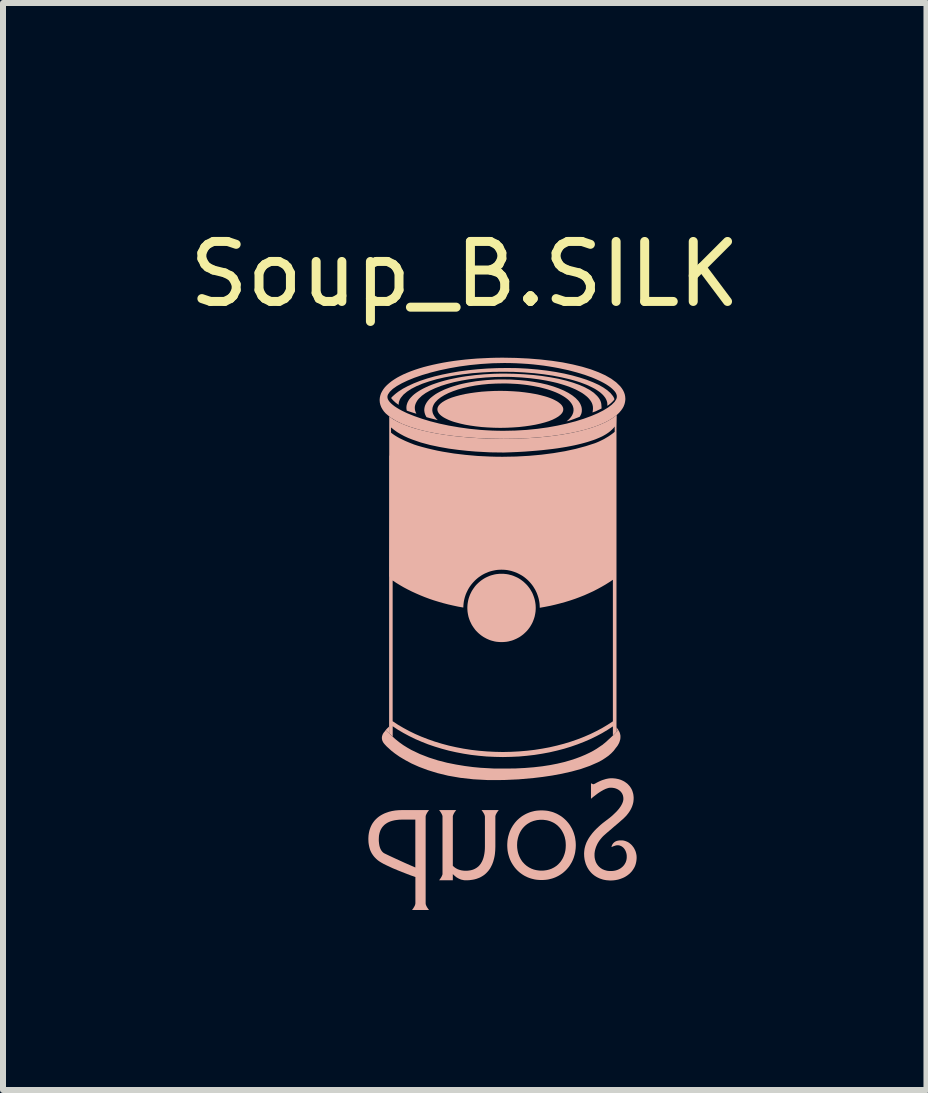
<source format=kicad_pcb>
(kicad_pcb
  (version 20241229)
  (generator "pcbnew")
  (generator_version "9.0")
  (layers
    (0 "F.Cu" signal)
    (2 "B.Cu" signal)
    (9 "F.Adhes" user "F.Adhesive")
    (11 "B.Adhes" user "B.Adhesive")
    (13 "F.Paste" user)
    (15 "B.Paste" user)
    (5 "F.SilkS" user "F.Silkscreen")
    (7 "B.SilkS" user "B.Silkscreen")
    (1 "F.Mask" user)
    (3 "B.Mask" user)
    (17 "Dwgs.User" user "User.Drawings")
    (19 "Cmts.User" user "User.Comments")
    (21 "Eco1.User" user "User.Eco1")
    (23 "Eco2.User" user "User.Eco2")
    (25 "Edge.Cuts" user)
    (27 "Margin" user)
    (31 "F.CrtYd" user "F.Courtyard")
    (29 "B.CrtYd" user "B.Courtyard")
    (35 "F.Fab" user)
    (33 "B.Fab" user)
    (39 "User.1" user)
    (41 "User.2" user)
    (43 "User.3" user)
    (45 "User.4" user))
  (footprint "Soup_B.SILK"
    (layer "F.Cu")
    (at 4.696 0.25)
    (property "Reference" "Soup_B.SILK" (at 0 1.27 0) (unlocked yes) (layer "F.SilkS") (effects (font (size 1 1) (thickness 0.15))))
    (fp_poly (pts (xy -1.32 8.872) (xy -1.321 8.875) (xy -1.324 8.88) (xy -1.331 8.89) (xy -1.329 8.887) (xy -1.327 8.885) (xy -1.326 8.883) (xy -1.324 8.88) (xy -1.317 8.871) (xy -1.318 8.87)) (stroke (width 0) (type solid)) (fill yes) (layer "B.SilkS"))
    (fp_poly (pts (xy -1.266 8.817) (xy -1.273 8.823) (xy -1.279 8.829) (xy -1.287 8.836) (xy -1.294 8.844) (xy -1.302 8.852) (xy -1.306 8.856) (xy -1.31 8.861) (xy -1.313 8.866) (xy -1.317 8.871) (xy -1.3 8.887) (xy -1.283 8.903) (xy -1.249 8.934) (xy -1.252 8.932) (xy -1.254 8.929) (xy -1.257 8.926) (xy -1.26 8.924) (xy -1.26 8.812)) (stroke (width 0) (type solid)) (fill yes) (layer "B.SilkS"))
    (fp_poly (pts (xy 2.529 8.901) (xy 2.561 8.867) (xy 2.56 8.866) (xy 2.56 8.865) (xy 2.558 8.863) (xy 2.558 8.862) (xy 2.557 8.861) (xy 2.557 8.86) (xy 2.556 8.859) (xy 2.554 8.856) (xy 2.551 8.853) (xy 2.548 8.848) (xy 2.544 8.843) (xy 2.54 8.836) (xy 2.537 8.833) (xy 2.535 8.83) (xy 2.532 8.826) (xy 2.529 8.823)) (stroke (width 0) (type solid)) (fill yes) (layer "B.SilkS"))
    (fp_poly (pts (xy 0.487 3.217) (xy 0.382 3.222) (xy 0.282 3.229) (xy 0.186 3.24) (xy 0.094 3.253) (xy 0.007 3.268) (xy -0.073 3.286) (xy -0.148 3.306) (xy -0.216 3.327) (xy -0.276 3.351) (xy -0.329 3.377) (xy -0.373 3.404) (xy -0.408 3.432) (xy -0.434 3.461) (xy -0.443 3.477) (xy -0.45 3.492) (xy -0.454 3.508) (xy -0.455 3.524) (xy -0.454 3.539) (xy -0.45 3.555) (xy -0.443 3.57) (xy -0.434 3.586) (xy -0.422 3.601) (xy -0.408 3.615) (xy -0.392 3.629) (xy -0.373 3.643) (xy -0.352 3.657) (xy -0.329 3.67) (xy -0.303 3.683) (xy -0.276 3.696) (xy -0.247 3.708) (xy -0.216 3.72) (xy -0.183 3.731) (xy -0.148 3.741) (xy -0.073 3.761) (xy 0.007 3.779) (xy 0.094 3.794) (xy 0.186 3.807) (xy 0.282 3.818) (xy 0.382 3.825) (xy 0.487 3.83) (xy 0.594 3.832) (xy 0.701 3.83) (xy 0.805 3.825) (xy 0.906 3.818) (xy 1.002 3.807) (xy 1.094 3.794) (xy 1.18 3.779) (xy 1.261 3.761) (xy 1.336 3.741) (xy 1.403 3.72) (xy 1.464 3.696) (xy 1.516 3.67) (xy 1.561 3.643) (xy 1.596 3.615) (xy 1.622 3.586) (xy 1.631 3.57) (xy 1.638 3.555) (xy 1.642 3.539) (xy 1.643 3.524) (xy 1.642 3.508) (xy 1.638 3.492) (xy 1.631 3.477) (xy 1.622 3.461) (xy 1.61 3.446) (xy 1.596 3.432) (xy 1.579 3.418) (xy 1.561 3.404) (xy 1.54 3.39) (xy 1.516 3.377) (xy 1.491 3.364) (xy 1.464 3.351) (xy 1.435 3.339) (xy 1.403 3.327) (xy 1.37 3.316) (xy 1.336 3.306) (xy 1.261 3.286) (xy 1.18 3.268) (xy 1.094 3.253) (xy 1.002 3.24) (xy 0.906 3.229) (xy 0.805 3.222) (xy 0.701 3.217) (xy 0.594 3.215)) (stroke (width 0) (type solid)) (fill yes) (layer "B.SilkS"))
    (fp_poly (pts (xy 0.539 2.836) (xy 0.374 2.843) (xy 0.213 2.855) (xy 0.057 2.871) (xy -0.093 2.891) (xy -0.237 2.916) (xy -0.375 2.944) (xy -0.506 2.975) (xy -0.628 3.01) (xy -0.743 3.048) (xy -0.849 3.09) (xy -0.945 3.134) (xy -1.032 3.18) (xy -1.108 3.229) (xy -1.142 3.255) (xy -1.173 3.281) (xy -1.202 3.307) (xy -1.227 3.334) (xy -1.221 3.341) (xy -1.215 3.349) (xy -1.209 3.356) (xy -1.202 3.363) (xy -1.196 3.371) (xy -1.188 3.378) (xy -1.181 3.385) (xy -1.173 3.392) (xy -1.165 3.4) (xy -1.157 3.407) (xy -1.148 3.414) (xy -1.139 3.421) (xy -1.13 3.428) (xy -1.12 3.435) (xy -1.1 3.449) (xy -1.1 3.448) (xy -1.101 3.447) (xy -1.101 3.446) (xy -1.101 3.445) (xy -1.101 3.444) (xy -1.101 3.443) (xy -1.101 3.443) (xy -1.099 3.414) (xy -1.092 3.387) (xy -1.081 3.359) (xy -1.066 3.333) (xy -1.023 3.28) (xy -0.964 3.23) (xy -0.891 3.182) (xy -0.803 3.137) (xy -0.703 3.095) (xy -0.591 3.057) (xy -0.467 3.021) (xy -0.333 2.99) (xy -0.189 2.963) (xy -0.037 2.94) (xy 0.123 2.921) (xy 0.29 2.908) (xy 0.463 2.899) (xy 0.641 2.897) (xy 0.819 2.899) (xy 0.992 2.908) (xy 1.159 2.921) (xy 1.318 2.939) (xy 1.47 2.962) (xy 1.613 2.99) (xy 1.747 3.021) (xy 1.81 3.038) (xy 1.87 3.056) (xy 1.928 3.075) (xy 1.982 3.095) (xy 2.034 3.115) (xy 2.082 3.137) (xy 2.127 3.159) (xy 2.169 3.181) (xy 2.207 3.205) (xy 2.242 3.229) (xy 2.273 3.254) (xy 2.3 3.279) (xy 2.323 3.305) (xy 2.343 3.331) (xy 2.358 3.358) (xy 2.369 3.386) (xy 2.376 3.413) (xy 2.378 3.441) (xy 2.378 3.448) (xy 2.378 3.453) (xy 2.378 3.456) (xy 2.378 3.459) (xy 2.378 3.462) (xy 2.378 3.465) (xy 2.388 3.458) (xy 2.399 3.451) (xy 2.409 3.443) (xy 2.42 3.434) (xy 2.43 3.426) (xy 2.44 3.417) (xy 2.45 3.408) (xy 2.459 3.399) (xy 2.467 3.391) (xy 2.475 3.383) (xy 2.481 3.375) (xy 2.487 3.369) (xy 2.491 3.363) (xy 2.492 3.36) (xy 2.494 3.358) (xy 2.495 3.356) (xy 2.495 3.354) (xy 2.495 3.352) (xy 2.495 3.351) (xy 2.485 3.326) (xy 2.471 3.302) (xy 2.431 3.253) (xy 2.377 3.205) (xy 2.309 3.158) (xy 2.229 3.113) (xy 2.136 3.071) (xy 2.032 3.03) (xy 1.917 2.993) (xy 1.792 2.958) (xy 1.659 2.927) (xy 1.516 2.9) (xy 1.367 2.877) (xy 1.21 2.859) (xy 1.048 2.845) (xy 0.88 2.836) (xy 0.708 2.834)) (stroke (width 0) (type solid)) (fill yes) (layer "B.SilkS"))
    (fp_poly (pts (xy 0.585 6.264) (xy 0.556 6.267) (xy 0.527 6.27) (xy 0.499 6.275) (xy 0.472 6.282) (xy 0.445 6.289) (xy 0.418 6.298) (xy 0.392 6.309) (xy 0.367 6.32) (xy 0.343 6.332) (xy 0.319 6.346) (xy 0.296 6.361) (xy 0.273 6.377) (xy 0.252 6.394) (xy 0.231 6.412) (xy 0.211 6.431) (xy 0.192 6.45) (xy 0.174 6.471) (xy 0.158 6.493) (xy 0.142 6.515) (xy 0.127 6.538) (xy 0.113 6.562) (xy 0.101 6.586) (xy 0.089 6.612) (xy 0.079 6.638) (xy 0.07 6.664) (xy 0.062 6.691) (xy 0.056 6.719) (xy 0.051 6.747) (xy 0.047 6.775) (xy 0.045 6.804) (xy 0.044 6.833) (xy 0.045 6.863) (xy 0.047 6.892) (xy 0.051 6.92) (xy 0.056 6.948) (xy 0.062 6.976) (xy 0.07 7.003) (xy 0.079 7.029) (xy 0.089 7.055) (xy 0.101 7.08) (xy 0.113 7.105) (xy 0.127 7.129) (xy 0.142 7.152) (xy 0.158 7.174) (xy 0.174 7.196) (xy 0.192 7.217) (xy 0.211 7.236) (xy 0.231 7.255) (xy 0.252 7.273) (xy 0.273 7.29) (xy 0.296 7.306) (xy 0.319 7.321) (xy 0.343 7.334) (xy 0.367 7.347) (xy 0.392 7.358) (xy 0.418 7.369) (xy 0.445 7.378) (xy 0.472 7.385) (xy 0.499 7.392) (xy 0.527 7.397) (xy 0.556 7.4) (xy 0.585 7.402) (xy 0.614 7.403) (xy 0.643 7.402) (xy 0.672 7.4) (xy 0.701 7.397) (xy 0.729 7.392) (xy 0.756 7.385) (xy 0.784 7.378) (xy 0.81 7.369) (xy 0.836 7.358) (xy 0.861 7.347) (xy 0.886 7.334) (xy 0.91 7.321) (xy 0.933 7.306) (xy 0.955 7.29) (xy 0.977 7.273) (xy 0.997 7.255) (xy 1.017 7.236) (xy 1.036 7.217) (xy 1.054 7.196) (xy 1.071 7.174) (xy 1.087 7.152) (xy 1.101 7.129) (xy 1.115 7.105) (xy 1.128 7.08) (xy 1.139 7.055) (xy 1.149 7.029) (xy 1.158 7.003) (xy 1.166 6.976) (xy 1.172 6.948) (xy 1.177 6.92) (xy 1.181 6.892) (xy 1.183 6.863) (xy 1.184 6.833) (xy 1.183 6.804) (xy 1.181 6.775) (xy 1.177 6.747) (xy 1.172 6.719) (xy 1.166 6.691) (xy 1.158 6.664) (xy 1.149 6.638) (xy 1.139 6.612) (xy 1.128 6.586) (xy 1.115 6.562) (xy 1.101 6.538) (xy 1.087 6.515) (xy 1.071 6.493) (xy 1.054 6.471) (xy 1.036 6.45) (xy 1.017 6.431) (xy 0.997 6.412) (xy 0.977 6.394) (xy 0.955 6.377) (xy 0.933 6.361) (xy 0.91 6.346) (xy 0.886 6.332) (xy 0.861 6.32) (xy 0.836 6.309) (xy 0.81 6.298) (xy 0.784 6.289) (xy 0.756 6.282) (xy 0.729 6.275) (xy 0.701 6.27) (xy 0.672 6.267) (xy 0.643 6.264) (xy 0.614 6.264)) (stroke (width 0) (type solid)) (fill yes) (layer "B.SilkS"))
    (fp_poly (pts (xy 2.54 8.89) (xy 2.518 8.912) (xy 2.496 8.935) (xy 2.474 8.957) (xy 2.451 8.978) (xy 2.429 8.999) (xy 2.387 9.037) (xy 2.379 9.045) (xy 2.371 9.052) (xy 2.363 9.06) (xy 2.354 9.068) (xy 2.344 9.076) (xy 2.334 9.085) (xy 2.323 9.093) (xy 2.312 9.102) (xy 2.308 9.106) (xy 2.304 9.109) (xy 2.301 9.112) (xy 2.298 9.114) (xy 2.296 9.116) (xy 2.294 9.117) (xy 2.293 9.118) (xy 2.292 9.118) (xy 2.199 9.181) (xy 2.144 9.214) (xy 2.081 9.247) (xy 2.011 9.28) (xy 1.933 9.313) (xy 1.847 9.345) (xy 1.754 9.375) (xy 1.652 9.404) (xy 1.541 9.43) (xy 1.422 9.453) (xy 1.293 9.473) (xy 1.154 9.489) (xy 1.006 9.501) (xy 0.848 9.509) (xy 0.679 9.511) (xy 0.482 9.51) (xy 0.266 9.498) (xy 0.138 9.486) (xy 0.001 9.468) (xy -0.144 9.444) (xy -0.294 9.414) (xy -0.446 9.375) (xy -0.597 9.327) (xy -0.746 9.269) (xy -0.889 9.201) (xy -0.957 9.162) (xy -1.023 9.121) (xy -1.086 9.076) (xy -1.146 9.028) (xy -1.146 9.028) (xy -1.147 9.028) (xy -1.147 9.028) (xy -1.148 9.027) (xy -1.149 9.026) (xy -1.149 9.025) (xy -1.151 9.024) (xy -1.152 9.023) (xy -1.168 9.009) (xy -1.176 9.002) (xy -1.184 8.994) (xy -1.192 8.987) (xy -1.2 8.979) (xy -1.208 8.972) (xy -1.216 8.964) (xy -1.216 8.964) (xy -1.217 8.963) (xy -1.217 8.963) (xy -1.217 8.963) (xy -1.218 8.962) (xy -1.218 8.962) (xy -1.242 8.94) (xy -1.267 8.917) (xy -1.318 8.87) (xy -1.324 8.88) (xy -1.328 8.885) (xy -1.329 8.887) (xy -1.331 8.89) (xy -1.336 8.895) (xy -1.347 8.908) (xy -1.354 8.918) (xy -1.361 8.929) (xy -1.368 8.943) (xy -1.373 8.957) (xy -1.376 8.965) (xy -1.378 8.973) (xy -1.379 8.982) (xy -1.38 8.991) (xy -1.381 9) (xy -1.38 9.009) (xy -1.379 9.019) (xy -1.377 9.029) (xy -1.375 9.039) (xy -1.371 9.049) (xy -1.366 9.06) (xy -1.361 9.071) (xy -1.354 9.081) (xy -1.346 9.092) (xy -1.337 9.103) (xy -1.326 9.115) (xy -1.301 9.142) (xy -1.223 9.213) (xy -1.163 9.26) (xy -1.087 9.313) (xy -0.995 9.368) (xy -0.887 9.426) (xy -0.762 9.482) (xy -0.618 9.536) (xy -0.457 9.586) (xy -0.276 9.63) (xy -0.075 9.665) (xy 0.147 9.69) (xy 0.389 9.703) (xy 0.653 9.702) (xy 0.897 9.691) (xy 1.154 9.668) (xy 1.303 9.65) (xy 1.459 9.627) (xy 1.62 9.597) (xy 1.78 9.561) (xy 1.937 9.518) (xy 2.085 9.466) (xy 2.222 9.406) (xy 2.284 9.373) (xy 2.342 9.336) (xy 2.396 9.298) (xy 2.443 9.257) (xy 2.485 9.213) (xy 2.52 9.166) (xy 2.526 9.159) (xy 2.54 9.141) (xy 2.55 9.127) (xy 2.559 9.111) (xy 2.569 9.093) (xy 2.578 9.073) (xy 2.585 9.051) (xy 2.592 9.028) (xy 2.594 9.016) (xy 2.595 9.004) (xy 2.596 8.991) (xy 2.596 8.978) (xy 2.596 8.964) (xy 2.594 8.951) (xy 2.591 8.937) (xy 2.588 8.924) (xy 2.583 8.91) (xy 2.577 8.896) (xy 2.569 8.882) (xy 2.561 8.868)) (stroke (width 0) (type solid)) (fill yes) (layer "B.SilkS"))
    (fp_poly (pts (xy 0.571 2.928) (xy 0.489 2.93) (xy 0.327 2.939) (xy 0.171 2.953) (xy 0.022 2.972) (xy -0.05 2.983) (xy -0.12 2.996) (xy -0.189 3.01) (xy -0.255 3.024) (xy -0.318 3.04) (xy -0.38 3.057) (xy -0.439 3.075) (xy -0.495 3.094) (xy -0.549 3.113) (xy -0.6 3.134) (xy -0.649 3.156) (xy -0.694 3.178) (xy -0.736 3.201) (xy -0.775 3.225) (xy -0.811 3.249) (xy -0.844 3.274) (xy -0.873 3.3) (xy -0.899 3.327) (xy -0.921 3.353) (xy -0.939 3.381) (xy -0.953 3.409) (xy -0.963 3.437) (xy -0.97 3.466) (xy -0.972 3.496) (xy -0.972 3.502) (xy -0.971 3.508) (xy -0.971 3.514) (xy -0.97 3.52) (xy -0.969 3.527) (xy -0.968 3.533) (xy -0.967 3.539) (xy -0.965 3.545) (xy -0.927 3.558) (xy -0.888 3.571) (xy -0.847 3.584) (xy -0.805 3.596) (xy -0.808 3.59) (xy -0.811 3.584) (xy -0.814 3.578) (xy -0.816 3.572) (xy -0.819 3.566) (xy -0.821 3.56) (xy -0.823 3.554) (xy -0.825 3.548) (xy -0.826 3.542) (xy -0.828 3.536) (xy -0.829 3.53) (xy -0.83 3.523) (xy -0.831 3.517) (xy -0.831 3.511) (xy -0.831 3.505) (xy -0.832 3.499) (xy -0.83 3.472) (xy -0.824 3.446) (xy -0.814 3.42) (xy -0.801 3.395) (xy -0.785 3.369) (xy -0.765 3.345) (xy -0.715 3.297) (xy -0.652 3.252) (xy -0.578 3.21) (xy -0.492 3.17) (xy -0.397 3.133) (xy -0.291 3.1) (xy -0.177 3.07) (xy -0.054 3.044) (xy 0.075 3.022) (xy 0.212 3.005) (xy 0.354 2.992) (xy 0.501 2.984) (xy 0.653 2.982) (xy 0.73 2.982) (xy 0.805 2.984) (xy 0.952 2.992) (xy 1.095 3.005) (xy 1.231 3.022) (xy 1.297 3.033) (xy 1.361 3.044) (xy 1.423 3.057) (xy 1.483 3.07) (xy 1.542 3.084) (xy 1.598 3.1) (xy 1.651 3.116) (xy 1.703 3.133) (xy 1.752 3.151) (xy 1.799 3.17) (xy 1.843 3.189) (xy 1.884 3.21) (xy 1.923 3.231) (xy 1.959 3.252) (xy 1.992 3.275) (xy 2.021 3.298) (xy 2.048 3.321) (xy 2.071 3.345) (xy 2.091 3.37) (xy 2.108 3.395) (xy 2.121 3.42) (xy 2.13 3.446) (xy 2.136 3.472) (xy 2.138 3.499) (xy 2.138 3.513) (xy 2.138 3.518) (xy 2.137 3.524) (xy 2.137 3.528) (xy 2.137 3.532) (xy 2.137 3.536) (xy 2.136 3.54) (xy 2.135 3.546) (xy 2.134 3.554) (xy 2.132 3.563) (xy 2.13 3.575) (xy 2.142 3.571) (xy 2.153 3.567) (xy 2.163 3.563) (xy 2.173 3.56) (xy 2.183 3.556) (xy 2.192 3.552) (xy 2.21 3.543) (xy 2.244 3.527) (xy 2.262 3.518) (xy 2.271 3.514) (xy 2.28 3.51) (xy 2.281 3.509) (xy 2.281 3.507) (xy 2.281 3.504) (xy 2.281 3.502) (xy 2.281 3.496) (xy 2.281 3.49) (xy 2.28 3.476) (xy 2.28 3.47) (xy 2.279 3.464) (xy 2.277 3.434) (xy 2.271 3.406) (xy 2.261 3.378) (xy 2.246 3.35) (xy 2.228 3.324) (xy 2.206 3.298) (xy 2.152 3.247) (xy 2.084 3.2) (xy 2.002 3.156) (xy 1.909 3.115) (xy 1.804 3.078) (xy 1.689 3.044) (xy 1.564 3.014) (xy 1.43 2.989) (xy 1.288 2.967) (xy 1.139 2.95) (xy 0.983 2.938) (xy 0.821 2.93) (xy 0.655 2.927)) (stroke (width 0) (type solid)) (fill yes) (layer "B.SilkS"))
    (fp_poly (pts (xy -1.105 10.205) (xy -1.16 10.21) (xy -1.213 10.219) (xy -1.264 10.232) (xy -1.313 10.249) (xy -1.336 10.258) (xy -1.359 10.269) (xy -1.38 10.28) (xy -1.402 10.293) (xy -1.422 10.306) (xy -1.441 10.32) (xy -1.46 10.336) (xy -1.477 10.352) (xy -1.494 10.369) (xy -1.51 10.388) (xy -1.524 10.407) (xy -1.538 10.427) (xy -1.55 10.448) (xy -1.561 10.47) (xy -1.571 10.493) (xy -1.58 10.518) (xy -1.588 10.543) (xy -1.594 10.569) (xy -1.599 10.596) (xy -1.603 10.624) (xy -1.605 10.654) (xy -1.606 10.684) (xy -1.605 10.711) (xy -1.604 10.738) (xy -1.601 10.763) (xy -1.597 10.788) (xy -1.592 10.812) (xy -1.586 10.836) (xy -1.579 10.859) (xy -1.571 10.881) (xy -1.561 10.902) (xy -1.55 10.923) (xy -1.537 10.943) (xy -1.523 10.963) (xy -1.508 10.982) (xy -1.491 11) (xy -1.473 11.018) (xy -1.453 11.036) (xy -1.426 11.056) (xy -1.391 11.078) (xy -1.35 11.101) (xy -1.303 11.124) (xy -1.2 11.172) (xy -1.092 11.217) (xy -0.99 11.257) (xy -0.904 11.29) (xy -0.822 11.319) (xy -0.822 11.757) (xy -0.823 11.761) (xy -0.823 11.766) (xy -0.824 11.77) (xy -0.825 11.775) (xy -0.828 11.784) (xy -0.831 11.794) (xy -0.836 11.803) (xy -0.84 11.812) (xy -0.846 11.821) (xy -0.851 11.83) (xy -0.856 11.838) (xy -0.861 11.845) (xy -0.87 11.858) (xy -0.879 11.869) (xy -0.594 11.869) (xy -0.594 11.869) (xy -0.603 11.858) (xy -0.608 11.852) (xy -0.612 11.845) (xy -0.617 11.838) (xy -0.623 11.83) (xy -0.628 11.821) (xy -0.633 11.812) (xy -0.638 11.803) (xy -0.64 11.798) (xy -0.642 11.794) (xy -0.644 11.789) (xy -0.646 11.784) (xy -0.647 11.779) (xy -0.649 11.775) (xy -0.65 11.77) (xy -0.65 11.766) (xy -0.651 11.761) (xy -0.651 11.757) (xy -0.651 10.362) (xy -0.823 10.362) (xy -0.823 11.16) (xy -1.001 11.082) (xy -1.167 11.006) (xy -1.253 10.966) (xy -1.334 10.927) (xy -1.341 10.923) (xy -1.348 10.919) (xy -1.354 10.915) (xy -1.36 10.91) (xy -1.365 10.905) (xy -1.371 10.9) (xy -1.376 10.894) (xy -1.381 10.888) (xy -1.385 10.882) (xy -1.39 10.876) (xy -1.394 10.869) (xy -1.398 10.862) (xy -1.401 10.855) (xy -1.405 10.848) (xy -1.408 10.84) (xy -1.411 10.833) (xy -1.416 10.817) (xy -1.421 10.8) (xy -1.424 10.783) (xy -1.427 10.765) (xy -1.429 10.746) (xy -1.431 10.727) (xy -1.432 10.708) (xy -1.432 10.689) (xy -1.431 10.667) (xy -1.43 10.646) (xy -1.428 10.626) (xy -1.424 10.606) (xy -1.42 10.588) (xy -1.415 10.57) (xy -1.409 10.553) (xy -1.403 10.537) (xy -1.395 10.522) (xy -1.387 10.508) (xy -1.378 10.494) (xy -1.368 10.481) (xy -1.357 10.469) (xy -1.346 10.457) (xy -1.334 10.446) (xy -1.321 10.436) (xy -1.308 10.427) (xy -1.294 10.418) (xy -1.28 10.41) (xy -1.265 10.403) (xy -1.249 10.396) (xy -1.233 10.39) (xy -1.216 10.385) (xy -1.199 10.38) (xy -1.181 10.376) (xy -1.163 10.372) (xy -1.126 10.367) (xy -1.087 10.363) (xy -1.046 10.362) (xy -0.823 10.362) (xy -0.651 10.362) (xy -0.651 10.315) (xy -0.651 10.311) (xy -0.65 10.306) (xy -0.65 10.302) (xy -0.649 10.297) (xy -0.646 10.288) (xy -0.642 10.278) (xy -0.638 10.269) (xy -0.633 10.26) (xy -0.628 10.251) (xy -0.623 10.242) (xy -0.617 10.234) (xy -0.612 10.227) (xy -0.603 10.214) (xy -0.594 10.203) (xy -1.048 10.203)) (stroke (width 0) (type solid)) (fill yes) (layer "B.SilkS"))
    (fp_poly (pts (xy -0.418 10.214) (xy -0.413 10.22) (xy -0.409 10.226) (xy -0.404 10.234) (xy -0.398 10.242) (xy -0.393 10.251) (xy -0.388 10.26) (xy -0.383 10.269) (xy -0.381 10.273) (xy -0.379 10.278) (xy -0.377 10.283) (xy -0.375 10.288) (xy -0.373 10.292) (xy -0.372 10.297) (xy -0.371 10.302) (xy -0.37 10.306) (xy -0.37 10.31) (xy -0.37 10.315) (xy -0.37 11.262) (xy -0.37 11.266) (xy -0.37 11.27) (xy -0.371 11.274) (xy -0.372 11.279) (xy -0.375 11.288) (xy -0.379 11.297) (xy -0.383 11.307) (xy -0.388 11.316) (xy -0.393 11.325) (xy -0.398 11.334) (xy -0.409 11.349) (xy -0.418 11.362) (xy -0.427 11.373) (xy -0.198 11.373) (xy -0.198 11.269) (xy -0.187 11.281) (xy -0.175 11.292) (xy -0.163 11.303) (xy -0.15 11.313) (xy -0.138 11.323) (xy -0.124 11.331) (xy -0.111 11.339) (xy -0.097 11.346) (xy -0.083 11.352) (xy -0.069 11.358) (xy -0.055 11.363) (xy -0.04 11.366) (xy -0.026 11.369) (xy -0.011 11.372) (xy 0.003 11.373) (xy 0.018 11.373) (xy 0.05 11.373) (xy 0.081 11.371) (xy 0.111 11.367) (xy 0.139 11.363) (xy 0.167 11.357) (xy 0.193 11.35) (xy 0.218 11.341) (xy 0.242 11.332) (xy 0.265 11.321) (xy 0.286 11.309) (xy 0.307 11.296) (xy 0.327 11.282) (xy 0.345 11.267) (xy 0.363 11.25) (xy 0.379 11.233) (xy 0.395 11.215) (xy 0.409 11.196) (xy 0.423 11.176) (xy 0.435 11.155) (xy 0.446 11.133) (xy 0.457 11.111) (xy 0.466 11.087) (xy 0.475 11.063) (xy 0.482 11.038) (xy 0.489 11.012) (xy 0.495 10.986) (xy 0.5 10.959) (xy 0.504 10.931) (xy 0.509 10.874) (xy 0.511 10.814) (xy 0.511 10.314) (xy 0.511 10.31) (xy 0.511 10.306) (xy 0.512 10.301) (xy 0.513 10.297) (xy 0.516 10.287) (xy 0.519 10.278) (xy 0.524 10.269) (xy 0.529 10.259) (xy 0.534 10.25) (xy 0.539 10.242) (xy 0.545 10.234) (xy 0.55 10.226) (xy 0.559 10.214) (xy 0.568 10.203) (xy 0.28 10.203) (xy 0.289 10.214) (xy 0.293 10.22) (xy 0.298 10.226) (xy 0.303 10.234) (xy 0.308 10.242) (xy 0.314 10.251) (xy 0.319 10.26) (xy 0.324 10.269) (xy 0.326 10.273) (xy 0.328 10.278) (xy 0.33 10.283) (xy 0.332 10.288) (xy 0.333 10.292) (xy 0.334 10.297) (xy 0.335 10.302) (xy 0.336 10.306) (xy 0.337 10.31) (xy 0.337 10.315) (xy 0.337 10.812) (xy 0.336 10.852) (xy 0.333 10.891) (xy 0.328 10.929) (xy 0.321 10.965) (xy 0.312 11) (xy 0.3 11.034) (xy 0.293 11.049) (xy 0.286 11.065) (xy 0.277 11.079) (xy 0.269 11.094) (xy 0.259 11.107) (xy 0.249 11.12) (xy 0.238 11.132) (xy 0.226 11.144) (xy 0.213 11.154) (xy 0.2 11.164) (xy 0.185 11.173) (xy 0.17 11.182) (xy 0.154 11.189) (xy 0.138 11.196) (xy 0.12 11.201) (xy 0.102 11.206) (xy 0.082 11.209) (xy 0.062 11.212) (xy 0.04 11.214) (xy 0.018 11.214) (xy 0.001 11.214) (xy -0.016 11.213) (xy -0.032 11.211) (xy -0.047 11.209) (xy -0.063 11.206) (xy -0.077 11.202) (xy -0.091 11.198) (xy -0.105 11.193) (xy -0.118 11.188) (xy -0.131 11.181) (xy -0.143 11.175) (xy -0.155 11.167) (xy -0.167 11.159) (xy -0.178 11.15) (xy -0.188 11.141) (xy -0.198 11.131) (xy -0.198 10.315) (xy -0.198 10.31) (xy -0.198 10.306) (xy -0.197 10.301) (xy -0.196 10.297) (xy -0.193 10.288) (xy -0.189 10.278) (xy -0.185 10.269) (xy -0.18 10.259) (xy -0.175 10.25) (xy -0.17 10.242) (xy -0.165 10.234) (xy -0.159 10.226) (xy -0.15 10.214) (xy -0.141 10.203) (xy -0.427 10.203)) (stroke (width 0) (type solid)) (fill yes) (layer "B.SilkS"))
    (fp_poly (pts (xy 0.572 3.025) (xy 0.505 3.027) (xy 0.439 3.031) (xy 0.375 3.035) (xy 0.311 3.041) (xy 0.249 3.048) (xy 0.188 3.055) (xy 0.128 3.065) (xy 0.07 3.075) (xy 0.013 3.086) (xy -0.042 3.098) (xy -0.095 3.111) (xy -0.146 3.126) (xy -0.196 3.141) (xy -0.244 3.157) (xy -0.289 3.174) (xy -0.333 3.191) (xy -0.374 3.21) (xy -0.413 3.229) (xy -0.45 3.249) (xy -0.484 3.269) (xy -0.515 3.291) (xy -0.544 3.313) (xy -0.571 3.335) (xy -0.594 3.358) (xy -0.615 3.382) (xy -0.632 3.406) (xy -0.647 3.431) (xy -0.659 3.456) (xy -0.667 3.481) (xy -0.672 3.507) (xy -0.674 3.533) (xy -0.674 3.541) (xy -0.673 3.549) (xy -0.672 3.557) (xy -0.671 3.564) (xy -0.67 3.572) (xy -0.668 3.58) (xy -0.666 3.587) (xy -0.664 3.595) (xy -0.662 3.602) (xy -0.659 3.61) (xy -0.656 3.617) (xy -0.652 3.625) (xy -0.649 3.632) (xy -0.645 3.639) (xy -0.641 3.647) (xy -0.636 3.654) (xy -0.636 3.654) (xy -0.636 3.654) (xy -0.636 3.654) (xy -0.636 3.654) (xy -0.636 3.654) (xy -0.636 3.654) (xy -0.636 3.654) (xy -0.636 3.654) (xy -0.635 3.654) (xy -0.635 3.654) (xy -0.635 3.654) (xy -0.635 3.654) (xy -0.59 3.667) (xy -0.544 3.679) (xy -0.497 3.691) (xy -0.449 3.703) (xy -0.459 3.693) (xy -0.47 3.683) (xy -0.479 3.672) (xy -0.488 3.662) (xy -0.496 3.652) (xy -0.503 3.641) (xy -0.51 3.631) (xy -0.516 3.62) (xy -0.522 3.609) (xy -0.527 3.599) (xy -0.531 3.588) (xy -0.534 3.577) (xy -0.537 3.566) (xy -0.538 3.554) (xy -0.54 3.543) (xy -0.54 3.532) (xy -0.538 3.509) (xy -0.534 3.487) (xy -0.526 3.465) (xy -0.516 3.443) (xy -0.503 3.422) (xy -0.487 3.401) (xy -0.447 3.36) (xy -0.398 3.322) (xy -0.339 3.286) (xy -0.271 3.252) (xy -0.195 3.221) (xy -0.112 3.192) (xy -0.021 3.167) (xy 0.076 3.145) (xy 0.179 3.126) (xy 0.287 3.111) (xy 0.4 3.1) (xy 0.517 3.094) (xy 0.637 3.092) (xy 0.698 3.092) (xy 0.758 3.094) (xy 0.816 3.097) (xy 0.874 3.1) (xy 0.931 3.105) (xy 0.987 3.111) (xy 1.042 3.118) (xy 1.095 3.126) (xy 1.148 3.135) (xy 1.198 3.145) (xy 1.248 3.155) (xy 1.295 3.167) (xy 1.341 3.179) (xy 1.386 3.192) (xy 1.429 3.206) (xy 1.47 3.221) (xy 1.509 3.236) (xy 1.546 3.252) (xy 1.58 3.268) (xy 1.613 3.286) (xy 1.644 3.304) (xy 1.672 3.322) (xy 1.698 3.341) (xy 1.722 3.36) (xy 1.743 3.38) (xy 1.761 3.401) (xy 1.777 3.422) (xy 1.79 3.443) (xy 1.801 3.465) (xy 1.808 3.487) (xy 1.813 3.509) (xy 1.814 3.532) (xy 1.814 3.545) (xy 1.812 3.557) (xy 1.81 3.57) (xy 1.807 3.583) (xy 1.802 3.595) (xy 1.797 3.608) (xy 1.791 3.62) (xy 1.784 3.632) (xy 1.776 3.644) (xy 1.767 3.656) (xy 1.758 3.667) (xy 1.747 3.679) (xy 1.736 3.69) (xy 1.724 3.702) (xy 1.711 3.713) (xy 1.697 3.724) (xy 1.712 3.72) (xy 1.727 3.716) (xy 1.742 3.712) (xy 1.757 3.707) (xy 1.786 3.697) (xy 1.814 3.687) (xy 1.917 3.647) (xy 1.922 3.639) (xy 1.926 3.632) (xy 1.93 3.625) (xy 1.934 3.618) (xy 1.937 3.611) (xy 1.94 3.605) (xy 1.943 3.598) (xy 1.945 3.591) (xy 1.947 3.585) (xy 1.948 3.578) (xy 1.95 3.571) (xy 1.951 3.564) (xy 1.952 3.556) (xy 1.952 3.549) (xy 1.952 3.541) (xy 1.953 3.533) (xy 1.951 3.507) (xy 1.946 3.481) (xy 1.937 3.456) (xy 1.926 3.431) (xy 1.911 3.406) (xy 1.894 3.382) (xy 1.849 3.335) (xy 1.794 3.291) (xy 1.728 3.249) (xy 1.653 3.21) (xy 1.568 3.174) (xy 1.475 3.141) (xy 1.374 3.111) (xy 1.265 3.086) (xy 1.15 3.065) (xy 1.03 3.047) (xy 0.904 3.035) (xy 0.774 3.027) (xy 0.639 3.025)) (stroke (width 0) (type solid)) (fill yes) (layer "B.SilkS"))
    (fp_poly (pts (xy 0.527 2.663) (xy 0.42 2.666) (xy 0.211 2.676) (xy 0.11 2.684) (xy 0.011 2.693) (xy -0.085 2.704) (xy -0.179 2.716) (xy -0.271 2.73) (xy -0.359 2.745) (xy -0.445 2.762) (xy -0.529 2.78) (xy -0.609 2.799) (xy -0.686 2.819) (xy -0.76 2.841) (xy -0.83 2.864) (xy -0.897 2.888) (xy -0.961 2.914) (xy -1.021 2.94) (xy -1.077 2.968) (xy -1.129 2.996) (xy -1.177 3.026) (xy -1.221 3.056) (xy -1.261 3.088) (xy -1.297 3.12) (xy -1.329 3.153) (xy -1.355 3.187) (xy -1.377 3.222) (xy -1.395 3.257) (xy -1.407 3.293) (xy -1.415 3.33) (xy -1.418 3.367) (xy -1.415 3.409) (xy -1.406 3.448) (xy -1.391 3.487) (xy -1.371 3.523) (xy -1.346 3.559) (xy -1.315 3.593) (xy -1.239 3.657) (xy -1.145 3.715) (xy -1.035 3.769) (xy -0.909 3.816) (xy -0.77 3.859) (xy -0.619 3.896) (xy -0.457 3.928) (xy -0.286 3.955) (xy -0.108 3.976) (xy 0.077 3.993) (xy 0.265 4.005) (xy 0.457 4.012) (xy 0.649 4.015) (xy 0.857 4.012) (xy 1.059 4.003) (xy 1.254 3.989) (xy 1.44 3.969) (xy 1.618 3.944) (xy 1.785 3.914) (xy 1.864 3.897) (xy 1.941 3.879) (xy 2.014 3.86) (xy 2.084 3.839) (xy 2.155 3.816) (xy 2.221 3.792) (xy 2.283 3.766) (xy 2.341 3.74) (xy 2.394 3.712) (xy 2.419 3.698) (xy 2.443 3.683) (xy 2.465 3.669) (xy 2.487 3.654) (xy 2.507 3.639) (xy 2.527 3.623) (xy 2.545 3.608) (xy 2.562 3.592) (xy 2.578 3.576) (xy 2.592 3.559) (xy 2.606 3.543) (xy 2.618 3.526) (xy 2.63 3.509) (xy 2.64 3.492) (xy 2.649 3.475) (xy 2.656 3.457) (xy 2.663 3.439) (xy 2.668 3.421) (xy 2.672 3.403) (xy 2.675 3.385) (xy 2.677 3.366) (xy 2.678 3.348) (xy 2.675 3.311) (xy 2.675 3.309) (xy 2.536 3.309) (xy 2.534 3.331) (xy 2.527 3.353) (xy 2.498 3.399) (xy 2.451 3.446) (xy 2.388 3.494) (xy 2.309 3.542) (xy 2.214 3.59) (xy 2.105 3.636) (xy 1.984 3.68) (xy 1.85 3.722) (xy 1.704 3.76) (xy 1.549 3.794) (xy 1.384 3.824) (xy 1.21 3.848) (xy 1.03 3.866) (xy 0.842 3.877) (xy 0.65 3.881) (xy 0.552 3.88) (xy 0.455 3.877) (xy 0.359 3.872) (xy 0.265 3.866) (xy 0.081 3.848) (xy -0.096 3.823) (xy -0.265 3.794) (xy -0.425 3.76) (xy -0.575 3.722) (xy -0.713 3.68) (xy -0.839 3.636) (xy -0.952 3.591) (xy -1.003 3.567) (xy -1.05 3.544) (xy -1.094 3.52) (xy -1.133 3.496) (xy -1.168 3.473) (xy -1.199 3.449) (xy -1.226 3.426) (xy -1.248 3.403) (xy -1.265 3.381) (xy -1.278 3.359) (xy -1.286 3.337) (xy -1.288 3.316) (xy -1.286 3.296) (xy -1.278 3.274) (xy -1.248 3.23) (xy -1.199 3.183) (xy -1.132 3.136) (xy -1.049 3.089) (xy -0.95 3.042) (xy -0.837 2.996) (xy -0.71 2.952) (xy -0.571 2.911) (xy -0.421 2.873) (xy -0.26 2.839) (xy -0.09 2.809) (xy 0.088 2.785) (xy 0.273 2.767) (xy 0.464 2.755) (xy 0.66 2.751) (xy 0.759 2.752) (xy 0.857 2.755) (xy 0.953 2.76) (xy 1.048 2.766) (xy 1.14 2.774) (xy 1.23 2.784) (xy 1.319 2.795) (xy 1.405 2.808) (xy 1.488 2.822) (xy 1.569 2.837) (xy 1.724 2.87) (xy 1.868 2.908) (xy 2 2.948) (xy 2.061 2.97) (xy 2.119 2.991) (xy 2.174 3.014) (xy 2.225 3.037) (xy 2.273 3.06) (xy 2.317 3.083) (xy 2.357 3.106) (xy 2.394 3.13) (xy 2.426 3.153) (xy 2.455 3.177) (xy 2.479 3.2) (xy 2.5 3.223) (xy 2.516 3.245) (xy 2.527 3.267) (xy 2.534 3.289) (xy 2.536 3.309) (xy 2.675 3.309) (xy 2.668 3.274) (xy 2.656 3.239) (xy 2.639 3.204) (xy 2.617 3.17) (xy 2.591 3.137) (xy 2.525 3.073) (xy 2.443 3.013) (xy 2.344 2.956) (xy 2.229 2.904) (xy 2.101 2.856) (xy 1.958 2.813) (xy 1.802 2.775) (xy 1.634 2.741) (xy 1.454 2.714) (xy 1.263 2.692) (xy 1.063 2.676) (xy 0.854 2.666) (xy 0.636 2.662)) (stroke (width 0) (type solid)) (fill yes) (layer "B.SilkS"))
    (fp_poly (pts (xy 1.25 10.209) (xy 1.22 10.211) (xy 1.19 10.214) (xy 1.161 10.219) (xy 1.133 10.226) (xy 1.106 10.233) (xy 1.079 10.242) (xy 1.052 10.253) (xy 1.027 10.264) (xy 1.002 10.277) (xy 0.978 10.291) (xy 0.955 10.305) (xy 0.933 10.322) (xy 0.911 10.339) (xy 0.891 10.357) (xy 0.871 10.376) (xy 0.853 10.396) (xy 0.835 10.417) (xy 0.819 10.439) (xy 0.803 10.461) (xy 0.789 10.485) (xy 0.775 10.509) (xy 0.763 10.534) (xy 0.752 10.56) (xy 0.742 10.587) (xy 0.734 10.614) (xy 0.726 10.641) (xy 0.72 10.67) (xy 0.715 10.699) (xy 0.712 10.728) (xy 0.71 10.758) (xy 0.709 10.788) (xy 0.71 10.819) (xy 0.712 10.849) (xy 0.715 10.879) (xy 0.72 10.908) (xy 0.726 10.936) (xy 0.734 10.964) (xy 0.742 10.991) (xy 0.752 11.018) (xy 0.763 11.044) (xy 0.775 11.069) (xy 0.789 11.093) (xy 0.803 11.116) (xy 0.819 11.139) (xy 0.835 11.161) (xy 0.853 11.182) (xy 0.871 11.202) (xy 0.891 11.221) (xy 0.911 11.239) (xy 0.933 11.256) (xy 0.955 11.272) (xy 0.978 11.287) (xy 1.002 11.301) (xy 1.027 11.313) (xy 1.052 11.325) (xy 1.079 11.335) (xy 1.106 11.344) (xy 1.133 11.351) (xy 1.161 11.358) (xy 1.19 11.363) (xy 1.22 11.366) (xy 1.25 11.368) (xy 1.28 11.369) (xy 1.311 11.368) (xy 1.341 11.366) (xy 1.371 11.363) (xy 1.4 11.358) (xy 1.428 11.351) (xy 1.456 11.344) (xy 1.483 11.335) (xy 1.509 11.325) (xy 1.535 11.313) (xy 1.559 11.301) (xy 1.583 11.287) (xy 1.606 11.272) (xy 1.629 11.256) (xy 1.65 11.239) (xy 1.67 11.221) (xy 1.69 11.202) (xy 1.708 11.182) (xy 1.726 11.161) (xy 1.743 11.139) (xy 1.758 11.116) (xy 1.772 11.093) (xy 1.786 11.069) (xy 1.798 11.044) (xy 1.809 11.018) (xy 1.819 10.991) (xy 1.827 10.964) (xy 1.835 10.936) (xy 1.841 10.908) (xy 1.845 10.879) (xy 1.849 10.849) (xy 1.851 10.819) (xy 1.852 10.788) (xy 1.685 10.788) (xy 1.684 10.811) (xy 1.683 10.833) (xy 1.681 10.854) (xy 1.678 10.876) (xy 1.674 10.896) (xy 1.669 10.917) (xy 1.663 10.937) (xy 1.656 10.956) (xy 1.649 10.975) (xy 1.641 10.993) (xy 1.632 11.011) (xy 1.622 11.028) (xy 1.611 11.045) (xy 1.6 11.061) (xy 1.588 11.076) (xy 1.575 11.09) (xy 1.562 11.104) (xy 1.548 11.117) (xy 1.533 11.13) (xy 1.517 11.141) (xy 1.501 11.152) (xy 1.484 11.162) (xy 1.466 11.171) (xy 1.448 11.18) (xy 1.429 11.187) (xy 1.409 11.194) (xy 1.389 11.199) (xy 1.369 11.204) (xy 1.347 11.207) (xy 1.326 11.21) (xy 1.303 11.212) (xy 1.28 11.212) (xy 1.258 11.212) (xy 1.236 11.21) (xy 1.214 11.207) (xy 1.193 11.204) (xy 1.172 11.199) (xy 1.152 11.194) (xy 1.133 11.187) (xy 1.114 11.18) (xy 1.096 11.171) (xy 1.078 11.162) (xy 1.061 11.152) (xy 1.045 11.141) (xy 1.029 11.13) (xy 1.014 11.117) (xy 0.999 11.104) (xy 0.986 11.09) (xy 0.973 11.076) (xy 0.96 11.061) (xy 0.949 11.045) (xy 0.938 11.028) (xy 0.928 11.011) (xy 0.919 10.993) (xy 0.91 10.975) (xy 0.903 10.956) (xy 0.896 10.937) (xy 0.89 10.917) (xy 0.885 10.896) (xy 0.881 10.876) (xy 0.878 10.854) (xy 0.875 10.833) (xy 0.874 10.811) (xy 0.873 10.788) (xy 0.874 10.766) (xy 0.875 10.744) (xy 0.877 10.722) (xy 0.881 10.701) (xy 0.885 10.68) (xy 0.89 10.66) (xy 0.896 10.64) (xy 0.902 10.621) (xy 0.91 10.602) (xy 0.918 10.584) (xy 0.927 10.566) (xy 0.937 10.549) (xy 0.948 10.532) (xy 0.959 10.516) (xy 0.972 10.501) (xy 0.985 10.486) (xy 0.998 10.473) (xy 1.013 10.459) (xy 1.028 10.447) (xy 1.044 10.435) (xy 1.06 10.425) (xy 1.077 10.415) (xy 1.095 10.405) (xy 1.113 10.397) (xy 1.132 10.39) (xy 1.151 10.383) (xy 1.172 10.378) (xy 1.192 10.373) (xy 1.213 10.369) (xy 1.235 10.367) (xy 1.257 10.365) (xy 1.28 10.365) (xy 1.303 10.365) (xy 1.325 10.367) (xy 1.347 10.37) (xy 1.368 10.373) (xy 1.389 10.378) (xy 1.409 10.384) (xy 1.428 10.39) (xy 1.447 10.398) (xy 1.465 10.406) (xy 1.483 10.415) (xy 1.5 10.425) (xy 1.516 10.436) (xy 1.532 10.448) (xy 1.547 10.46) (xy 1.561 10.474) (xy 1.574 10.487) (xy 1.587 10.502) (xy 1.599 10.517) (xy 1.611 10.533) (xy 1.621 10.55) (xy 1.631 10.567) (xy 1.64 10.585) (xy 1.649 10.603) (xy 1.656 10.622) (xy 1.663 10.641) (xy 1.669 10.661) (xy 1.673 10.681) (xy 1.678 10.702) (xy 1.681 10.723) (xy 1.683 10.744) (xy 1.684 10.766) (xy 1.685 10.788) (xy 1.852 10.788) (xy 1.851 10.758) (xy 1.849 10.728) (xy 1.845 10.699) (xy 1.841 10.67) (xy 1.835 10.641) (xy 1.827 10.614) (xy 1.819 10.587) (xy 1.809 10.56) (xy 1.798 10.534) (xy 1.786 10.509) (xy 1.772 10.485) (xy 1.758 10.461) (xy 1.743 10.439) (xy 1.726 10.417) (xy 1.708 10.396) (xy 1.69 10.376) (xy 1.67 10.357) (xy 1.65 10.339) (xy 1.629 10.322) (xy 1.606 10.305) (xy 1.583 10.291) (xy 1.559 10.277) (xy 1.535 10.264) (xy 1.509 10.253) (xy 1.483 10.242) (xy 1.456 10.233) (xy 1.428 10.226) (xy 1.4 10.219) (xy 1.371 10.214) (xy 1.341 10.211) (xy 1.311 10.209) (xy 1.28 10.208)) (stroke (width 0) (type solid)) (fill yes) (layer "B.SilkS"))
    (fp_poly (pts (xy 2.514 3.632) (xy 2.494 3.648) (xy 2.472 3.663) (xy 2.449 3.679) (xy 2.425 3.693) (xy 2.4 3.708) (xy 2.374 3.722) (xy 2.346 3.737) (xy 2.317 3.75) (xy 2.287 3.764) (xy 2.256 3.777) (xy 2.224 3.79) (xy 2.156 3.815) (xy 2.084 3.839) (xy 1.94 3.879) (xy 1.785 3.914) (xy 1.618 3.944) (xy 1.44 3.969) (xy 1.253 3.989) (xy 1.059 4.003) (xy 0.857 4.011) (xy 0.649 4.014) (xy 0.501 4.013) (xy 0.355 4.009) (xy 0.209 4.002) (xy 0.065 3.992) (xy -0.076 3.979) (xy -0.213 3.964) (xy -0.347 3.945) (xy -0.476 3.924) (xy -0.6 3.899) (xy -0.717 3.872) (xy -0.828 3.842) (xy -0.932 3.808) (xy -1.027 3.771) (xy -1.114 3.732) (xy -1.191 3.689) (xy -1.258 3.642) (xy -1.258 3.691) (xy -1.258 3.691) (xy -1.258 3.769) (xy -1.258 3.77) (xy -1.258 4.294) (xy -1.258 4.294) (xy -1.259 4.294) (xy -1.259 4.294) (xy -1.259 4.295) (xy -1.259 4.295) (xy -1.259 4.295) (xy -1.259 4.295) (xy -1.259 4.295) (xy -1.259 4.295) (xy -1.259 4.295) (xy -1.259 4.295) (xy -1.259 4.295) (xy -1.26 4.295) (xy -1.26 4.295) (xy -1.26 5.264) (xy -1.261 6.311) (xy -1.26 6.311) (xy -1.26 8.924) (xy -1.238 8.943) (xy -1.228 8.952) (xy -1.218 8.962) (xy -1.218 8.962) (xy -1.218 8.962) (xy -1.217 8.963) (xy -1.217 8.963) (xy -1.216 8.963) (xy -1.216 8.964) (xy -1.216 8.964) (xy -1.216 8.964) (xy -1.214 8.966) (xy -1.212 8.967) (xy -1.208 8.971) (xy -1.204 8.975) (xy -1.202 8.977) (xy -1.2 8.978) (xy -1.2 8.806) (xy -1.113 8.864) (xy -1.021 8.918) (xy -0.924 8.97) (xy -0.824 9.019) (xy -0.719 9.064) (xy -0.611 9.107) (xy -0.499 9.145) (xy -0.384 9.18) (xy -0.266 9.212) (xy -0.145 9.239) (xy -0.02 9.263) (xy 0.106 9.283) (xy 0.236 9.298) (xy 0.367 9.31) (xy 0.501 9.316) (xy 0.637 9.319) (xy 0.772 9.316) (xy 0.905 9.31) (xy 1.037 9.298) (xy 1.166 9.283) (xy 1.292 9.263) (xy 1.416 9.24) (xy 1.537 9.212) (xy 1.656 9.181) (xy 1.77 9.146) (xy 1.882 9.107) (xy 1.99 9.065) (xy 2.094 9.02) (xy 2.195 8.971) (xy 2.291 8.92) (xy 2.383 8.865) (xy 2.47 8.808) (xy 2.47 8.96) (xy 2.485 8.946) (xy 2.5 8.931) (xy 2.515 8.916) (xy 2.53 8.901) (xy 2.53 8.724) (xy 2.47 8.724) (xy 2.382 8.781) (xy 2.29 8.836) (xy 2.194 8.887) (xy 2.094 8.936) (xy 1.99 8.981) (xy 1.882 9.023) (xy 1.77 9.062) (xy 1.655 9.097) (xy 1.537 9.128) (xy 1.416 9.156) (xy 1.292 9.179) (xy 1.165 9.199) (xy 1.036 9.214) (xy 0.905 9.225) (xy 0.772 9.232) (xy 0.636 9.235) (xy 0.501 9.232) (xy 0.367 9.225) (xy 0.235 9.214) (xy 0.106 9.199) (xy -0.021 9.179) (xy -0.145 9.155) (xy -0.266 9.128) (xy -0.385 9.096) (xy -0.5 9.061) (xy -0.612 9.022) (xy -0.72 8.98) (xy -0.824 8.935) (xy -0.925 8.886) (xy -1.021 8.834) (xy -1.113 8.78) (xy -1.201 8.722) (xy -1.201 6.376) (xy -1.141 6.416) (xy -1.079 6.454) (xy -1.015 6.491) (xy -0.949 6.526) (xy -0.881 6.56) (xy -0.811 6.592) (xy -0.74 6.623) (xy -0.666 6.653) (xy -0.591 6.681) (xy -0.515 6.707) (xy -0.436 6.731) (xy -0.356 6.754) (xy -0.275 6.775) (xy -0.192 6.794) (xy -0.108 6.812) (xy -0.023 6.827) (xy -0.022 6.795) (xy -0.019 6.763) (xy -0.015 6.731) (xy -0.009 6.7) (xy -0.002 6.67) (xy 0.007 6.64) (xy 0.017 6.61) (xy 0.029 6.581) (xy 0.042 6.554) (xy 0.056 6.526) (xy 0.071 6.5) (xy 0.088 6.474) (xy 0.106 6.449) (xy 0.125 6.426) (xy 0.145 6.403) (xy 0.166 6.381) (xy 0.188 6.36) (xy 0.211 6.34) (xy 0.235 6.321) (xy 0.26 6.304) (xy 0.285 6.287) (xy 0.312 6.272) (xy 0.339 6.258) (xy 0.368 6.246) (xy 0.396 6.234) (xy 0.426 6.224) (xy 0.456 6.216) (xy 0.487 6.209) (xy 0.518 6.203) (xy 0.55 6.199) (xy 0.582 6.197) (xy 0.614 6.196) (xy 0.647 6.197) (xy 0.679 6.199) (xy 0.711 6.203) (xy 0.742 6.209) (xy 0.773 6.216) (xy 0.803 6.225) (xy 0.833 6.235) (xy 0.862 6.246) (xy 0.89 6.259) (xy 0.917 6.273) (xy 0.944 6.288) (xy 0.97 6.304) (xy 0.995 6.322) (xy 1.019 6.341) (xy 1.042 6.361) (xy 1.064 6.382) (xy 1.085 6.404) (xy 1.105 6.427) (xy 1.124 6.451) (xy 1.142 6.476) (xy 1.158 6.502) (xy 1.174 6.528) (xy 1.188 6.556) (xy 1.201 6.584) (xy 1.212 6.613) (xy 1.222 6.642) (xy 1.231 6.672) (xy 1.238 6.703) (xy 1.244 6.734) (xy 1.248 6.766) (xy 1.25 6.798) (xy 1.251 6.831) (xy 1.34 6.815) (xy 1.427 6.798) (xy 1.513 6.778) (xy 1.598 6.756) (xy 1.681 6.733) (xy 1.762 6.708) (xy 1.842 6.681) (xy 1.919 6.652) (xy 1.995 6.622) (xy 2.069 6.589) (xy 2.141 6.556) (xy 2.211 6.52) (xy 2.279 6.483) (xy 2.345 6.445) (xy 2.409 6.405) (xy 2.47 6.364) (xy 2.47 8.724) (xy 2.53 8.724) (xy 2.53 6.346) (xy 2.53 6.346) (xy 2.53 4.244) (xy 2.5 4.244) (xy 2.5 4.287) (xy 2.5 4.287) (xy 2.5 4.287) (xy 2.5 4.287) (xy 2.5 4.287) (xy 2.5 4.287) (xy 2.5 4.287) (xy 2.5 4.287) (xy 2.5 4.287) (xy 2.5 4.287) (xy 2.5 4.287) (xy 2.5 4.287) (xy 2.5 4.287) (xy 2.5 4.287) (xy 2.5 4.287) (xy 2.5 4.287) (xy 2.5 4.287) (xy 2.5 4.287) (xy 2.5 4.287) (xy 2.5 4.287) (xy 2.5 4.244) (xy 2.53 4.244) (xy 2.53 3.898) (xy 2.5 3.898) (xy 2.486 3.91) (xy 2.464 3.927) (xy 2.434 3.949) (xy 2.397 3.974) (xy 2.352 4.001) (xy 2.327 4.016) (xy 2.3 4.03) (xy 2.271 4.044) (xy 2.24 4.059) (xy 2.208 4.073) (xy 2.173 4.087) (xy 2.018 4.137) (xy 1.851 4.182) (xy 1.671 4.221) (xy 1.48 4.253) (xy 1.28 4.279) (xy 1.071 4.298) (xy 0.854 4.31) (xy 0.631 4.314) (xy 0.524 4.313) (xy 0.418 4.31) (xy 0.211 4.3) (xy 0.011 4.282) (xy -0.181 4.259) (xy -0.365 4.229) (xy -0.454 4.212) (xy -0.539 4.193) (xy -0.623 4.173) (xy -0.703 4.152) (xy -0.781 4.13) (xy -0.855 4.106) (xy -0.854 4.105) (xy -0.894 4.09) (xy -0.938 4.072) (xy -0.992 4.049) (xy -1.053 4.02) (xy -1.084 4.005) (xy -1.115 3.988) (xy -1.145 3.97) (xy -1.175 3.951) (xy -1.202 3.932) (xy -1.228 3.912) (xy -1.228 3.825) (xy -1.18 3.864) (xy -1.127 3.902) (xy -1.07 3.936) (xy -1.009 3.969) (xy -0.944 3.999) (xy -0.876 4.026) (xy -0.731 4.076) (xy -0.579 4.117) (xy -0.422 4.15) (xy -0.264 4.178) (xy -0.108 4.199) (xy 0.042 4.215) (xy 0.183 4.227) (xy 0.425 4.24) (xy 0.651 4.243) (xy 0.771 4.239) (xy 0.886 4.234) (xy 0.996 4.228) (xy 1.101 4.22) (xy 1.201 4.212) (xy 1.295 4.203) (xy 1.386 4.193) (xy 1.471 4.183) (xy 1.552 4.172) (xy 1.628 4.16) (xy 1.701 4.148) (xy 1.769 4.135) (xy 1.833 4.122) (xy 1.893 4.108) (xy 1.95 4.094) (xy 2.002 4.08) (xy 2.051 4.066) (xy 2.097 4.051) (xy 2.14 4.037) (xy 2.179 4.023) (xy 2.215 4.008) (xy 2.248 3.994) (xy 2.279 3.98) (xy 2.307 3.966) (xy 2.354 3.939) (xy 2.393 3.913) (xy 2.423 3.89) (xy 2.446 3.869) (xy 2.454 3.862) (xy 2.461 3.855) (xy 2.468 3.848) (xy 2.475 3.841) (xy 2.481 3.833) (xy 2.485 3.83) (xy 2.488 3.826) (xy 2.491 3.822) (xy 2.494 3.818) (xy 2.496 3.814) (xy 2.499 3.81) (xy 2.5 3.811) (xy 2.5 3.898) (xy 2.53 3.898) (xy 2.53 3.822) (xy 2.533 3.668) (xy 2.533 3.668) (xy 2.534 3.617)) (stroke (width 0) (type solid)) (fill yes) (layer "B.SilkS"))
    (fp_poly (pts (xy 2.432 9.673) (xy 2.416 9.674) (xy 2.399 9.676) (xy 2.383 9.679) (xy 2.367 9.682) (xy 2.35 9.686) (xy 2.334 9.691) (xy 2.318 9.696) (xy 2.301 9.701) (xy 2.285 9.707) (xy 2.269 9.713) (xy 2.254 9.72) (xy 2.239 9.727) (xy 2.224 9.734) (xy 2.195 9.749) (xy 2.185 9.755) (xy 2.176 9.76) (xy 2.168 9.764) (xy 2.161 9.767) (xy 2.156 9.769) (xy 2.152 9.771) (xy 2.149 9.772) (xy 2.148 9.773) (xy 2.147 9.773) (xy 2.145 9.772) (xy 2.142 9.772) (xy 2.139 9.771) (xy 2.136 9.77) (xy 2.132 9.769) (xy 2.129 9.767) (xy 2.122 9.764) (xy 2.115 9.761) (xy 2.11 9.759) (xy 2.105 9.756) (xy 2.105 10.015) (xy 2.139 9.986) (xy 2.177 9.957) (xy 2.199 9.94) (xy 2.223 9.922) (xy 2.249 9.905) (xy 2.276 9.888) (xy 2.303 9.873) (xy 2.317 9.865) (xy 2.331 9.859) (xy 2.344 9.852) (xy 2.358 9.847) (xy 2.371 9.842) (xy 2.384 9.838) (xy 2.397 9.834) (xy 2.409 9.832) (xy 2.421 9.83) (xy 2.433 9.83) (xy 2.453 9.83) (xy 2.474 9.833) (xy 2.493 9.836) (xy 2.512 9.841) (xy 2.531 9.848) (xy 2.548 9.856) (xy 2.557 9.861) (xy 2.565 9.866) (xy 2.572 9.871) (xy 2.58 9.877) (xy 2.587 9.883) (xy 2.594 9.889) (xy 2.601 9.896) (xy 2.607 9.903) (xy 2.612 9.91) (xy 2.618 9.918) (xy 2.623 9.926) (xy 2.627 9.934) (xy 2.631 9.943) (xy 2.635 9.952) (xy 2.638 9.961) (xy 2.64 9.971) (xy 2.642 9.981) (xy 2.644 9.991) (xy 2.644 10.002) (xy 2.645 10.013) (xy 2.645 10.021) (xy 2.644 10.03) (xy 2.643 10.038) (xy 2.641 10.047) (xy 2.639 10.056) (xy 2.637 10.064) (xy 2.63 10.083) (xy 2.622 10.101) (xy 2.612 10.12) (xy 2.601 10.139) (xy 2.587 10.159) (xy 2.572 10.18) (xy 2.555 10.2) (xy 2.536 10.222) (xy 2.515 10.243) (xy 2.492 10.265) (xy 2.468 10.288) (xy 2.442 10.311) (xy 2.414 10.334) (xy 2.339 10.391) (xy 2.301 10.42) (xy 2.264 10.451) (xy 2.228 10.484) (xy 2.193 10.517) (xy 2.159 10.552) (xy 2.128 10.588) (xy 2.099 10.626) (xy 2.072 10.665) (xy 2.06 10.685) (xy 2.049 10.705) (xy 2.038 10.726) (xy 2.028 10.747) (xy 2.02 10.769) (xy 2.012 10.791) (xy 2.006 10.813) (xy 2 10.836) (xy 1.996 10.859) (xy 1.993 10.883) (xy 1.991 10.907) (xy 1.99 10.931) (xy 1.991 10.956) (xy 1.992 10.98) (xy 1.995 11.003) (xy 1.998 11.026) (xy 2.003 11.048) (xy 2.009 11.07) (xy 2.015 11.091) (xy 2.022 11.111) (xy 2.031 11.131) (xy 2.04 11.151) (xy 2.05 11.169) (xy 2.061 11.187) (xy 2.073 11.205) (xy 2.086 11.221) (xy 2.099 11.237) (xy 2.113 11.252) (xy 2.128 11.267) (xy 2.144 11.28) (xy 2.16 11.293) (xy 2.178 11.305) (xy 2.196 11.316) (xy 2.214 11.326) (xy 2.233 11.335) (xy 2.253 11.344) (xy 2.274 11.351) (xy 2.295 11.358) (xy 2.316 11.364) (xy 2.338 11.368) (xy 2.361 11.372) (xy 2.385 11.374) (xy 2.408 11.376) (xy 2.433 11.377) (xy 2.474 11.375) (xy 2.515 11.37) (xy 2.556 11.362) (xy 2.595 11.35) (xy 2.632 11.336) (xy 2.65 11.328) (xy 2.668 11.319) (xy 2.685 11.309) (xy 2.702 11.298) (xy 2.718 11.287) (xy 2.733 11.275) (xy 2.748 11.263) (xy 2.762 11.249) (xy 2.775 11.235) (xy 2.788 11.221) (xy 2.799 11.205) (xy 2.81 11.189) (xy 2.82 11.173) (xy 2.83 11.155) (xy 2.838 11.138) (xy 2.845 11.119) (xy 2.851 11.1) (xy 2.856 11.08) (xy 2.86 11.06) (xy 2.863 11.039) (xy 2.865 11.018) (xy 2.866 10.996) (xy 2.865 10.982) (xy 2.865 10.968) (xy 2.863 10.955) (xy 2.861 10.942) (xy 2.858 10.928) (xy 2.855 10.915) (xy 2.851 10.902) (xy 2.847 10.889) (xy 2.842 10.877) (xy 2.836 10.865) (xy 2.83 10.852) (xy 2.824 10.841) (xy 2.817 10.829) (xy 2.809 10.818) (xy 2.801 10.808) (xy 2.793 10.797) (xy 2.784 10.787) (xy 2.775 10.778) (xy 2.765 10.769) (xy 2.755 10.761) (xy 2.745 10.753) (xy 2.734 10.745) (xy 2.723 10.738) (xy 2.711 10.732) (xy 2.699 10.727) (xy 2.687 10.722) (xy 2.674 10.718) (xy 2.661 10.714) (xy 2.648 10.711) (xy 2.634 10.709) (xy 2.62 10.708) (xy 2.606 10.708) (xy 2.599 10.708) (xy 2.591 10.708) (xy 2.584 10.708) (xy 2.577 10.709) (xy 2.57 10.71) (xy 2.563 10.711) (xy 2.556 10.712) (xy 2.549 10.714) (xy 2.543 10.715) (xy 2.536 10.717) (xy 2.53 10.719) (xy 2.524 10.722) (xy 2.518 10.724) (xy 2.512 10.727) (xy 2.507 10.73) (xy 2.501 10.734) (xy 2.497 10.737) (xy 2.492 10.741) (xy 2.488 10.744) (xy 2.484 10.748) (xy 2.48 10.751) (xy 2.477 10.755) (xy 2.474 10.759) (xy 2.471 10.762) (xy 2.466 10.77) (xy 2.461 10.777) (xy 2.458 10.784) (xy 2.455 10.79) (xy 2.452 10.796) (xy 2.45 10.802) (xy 2.449 10.807) (xy 2.448 10.811) (xy 2.447 10.818) (xy 2.447 10.82) (xy 2.457 10.815) (xy 2.468 10.811) (xy 2.481 10.805) (xy 2.489 10.802) (xy 2.497 10.8) (xy 2.505 10.797) (xy 2.513 10.795) (xy 2.521 10.792) (xy 2.529 10.791) (xy 2.537 10.79) (xy 2.541 10.789) (xy 2.545 10.789) (xy 2.554 10.789) (xy 2.563 10.79) (xy 2.572 10.791) (xy 2.581 10.793) (xy 2.589 10.796) (xy 2.597 10.799) (xy 2.605 10.802) (xy 2.612 10.806) (xy 2.619 10.81) (xy 2.626 10.815) (xy 2.633 10.82) (xy 2.639 10.825) (xy 2.645 10.831) (xy 2.651 10.837) (xy 2.656 10.843) (xy 2.661 10.85) (xy 2.666 10.857) (xy 2.671 10.864) (xy 2.675 10.872) (xy 2.679 10.879) (xy 2.682 10.887) (xy 2.686 10.895) (xy 2.689 10.903) (xy 2.691 10.911) (xy 2.694 10.92) (xy 2.696 10.928) (xy 2.698 10.937) (xy 2.699 10.945) (xy 2.7 10.954) (xy 2.701 10.962) (xy 2.701 10.971) (xy 2.701 10.979) (xy 2.701 10.993) (xy 2.7 11.007) (xy 2.698 11.02) (xy 2.696 11.032) (xy 2.693 11.045) (xy 2.689 11.057) (xy 2.685 11.069) (xy 2.68 11.08) (xy 2.674 11.091) (xy 2.668 11.101) (xy 2.662 11.111) (xy 2.655 11.121) (xy 2.647 11.13) (xy 2.639 11.139) (xy 2.631 11.147) (xy 2.622 11.155) (xy 2.612 11.163) (xy 2.603 11.17) (xy 2.593 11.177) (xy 2.582 11.183) (xy 2.571 11.189) (xy 2.56 11.194) (xy 2.549 11.199) (xy 2.537 11.203) (xy 2.525 11.207) (xy 2.513 11.21) (xy 2.5 11.213) (xy 2.487 11.215) (xy 2.474 11.217) (xy 2.461 11.218) (xy 2.448 11.219) (xy 2.435 11.219) (xy 2.42 11.219) (xy 2.405 11.218) (xy 2.391 11.217) (xy 2.377 11.215) (xy 2.363 11.212) (xy 2.35 11.208) (xy 2.337 11.205) (xy 2.324 11.2) (xy 2.312 11.195) (xy 2.3 11.19) (xy 2.289 11.184) (xy 2.278 11.177) (xy 2.267 11.17) (xy 2.257 11.162) (xy 2.248 11.154) (xy 2.239 11.146) (xy 2.23 11.137) (xy 2.222 11.127) (xy 2.214 11.117) (xy 2.207 11.107) (xy 2.2 11.096) (xy 2.194 11.085) (xy 2.188 11.073) (xy 2.183 11.061) (xy 2.179 11.048) (xy 2.175 11.035) (xy 2.171 11.022) (xy 2.169 11.009) (xy 2.166 10.995) (xy 2.165 10.98) (xy 2.164 10.966) (xy 2.164 10.951) (xy 2.164 10.927) (xy 2.167 10.903) (xy 2.171 10.879) (xy 2.177 10.856) (xy 2.184 10.833) (xy 2.192 10.81) (xy 2.202 10.788) (xy 2.212 10.766) (xy 2.224 10.745) (xy 2.237 10.724) (xy 2.251 10.704) (xy 2.266 10.685) (xy 2.282 10.666) (xy 2.298 10.648) (xy 2.315 10.631) (xy 2.333 10.615) (xy 2.351 10.599) (xy 2.369 10.583) (xy 2.408 10.55) (xy 2.448 10.516) (xy 2.49 10.479) (xy 2.532 10.444) (xy 2.572 10.41) (xy 2.61 10.376) (xy 2.647 10.344) (xy 2.664 10.327) (xy 2.681 10.31) (xy 2.698 10.292) (xy 2.713 10.273) (xy 2.728 10.254) (xy 2.742 10.234) (xy 2.755 10.214) (xy 2.767 10.193) (xy 2.778 10.171) (xy 2.788 10.149) (xy 2.796 10.126) (xy 2.803 10.104) (xy 2.809 10.08) (xy 2.813 10.056) (xy 2.814 10.044) (xy 2.815 10.032) (xy 2.816 10.02) (xy 2.816 10.008) (xy 2.816 9.988) (xy 2.814 9.969) (xy 2.812 9.951) (xy 2.809 9.933) (xy 2.804 9.915) (xy 2.799 9.898) (xy 2.794 9.882) (xy 2.787 9.866) (xy 2.78 9.851) (xy 2.771 9.836) (xy 2.762 9.822) (xy 2.753 9.809) (xy 2.742 9.796) (xy 2.731 9.784) (xy 2.72 9.772) (xy 2.708 9.761) (xy 2.695 9.751) (xy 2.681 9.741) (xy 2.667 9.731) (xy 2.653 9.723) (xy 2.638 9.715) (xy 2.622 9.708) (xy 2.607 9.701) (xy 2.59 9.695) (xy 2.574 9.69) (xy 2.556 9.685) (xy 2.539 9.682) (xy 2.521 9.678) (xy 2.503 9.676) (xy 2.485 9.674) (xy 2.466 9.673) (xy 2.447 9.673)) (stroke (width 0) (type solid)) (fill yes) (layer "B.SilkS")))
  (gr_rect
    (start -3 -3)
    (end 12.393 15.119)
    (stroke (width 0.1) (type default))
    (fill no)
    (layer "Edge.Cuts")))
</source>
